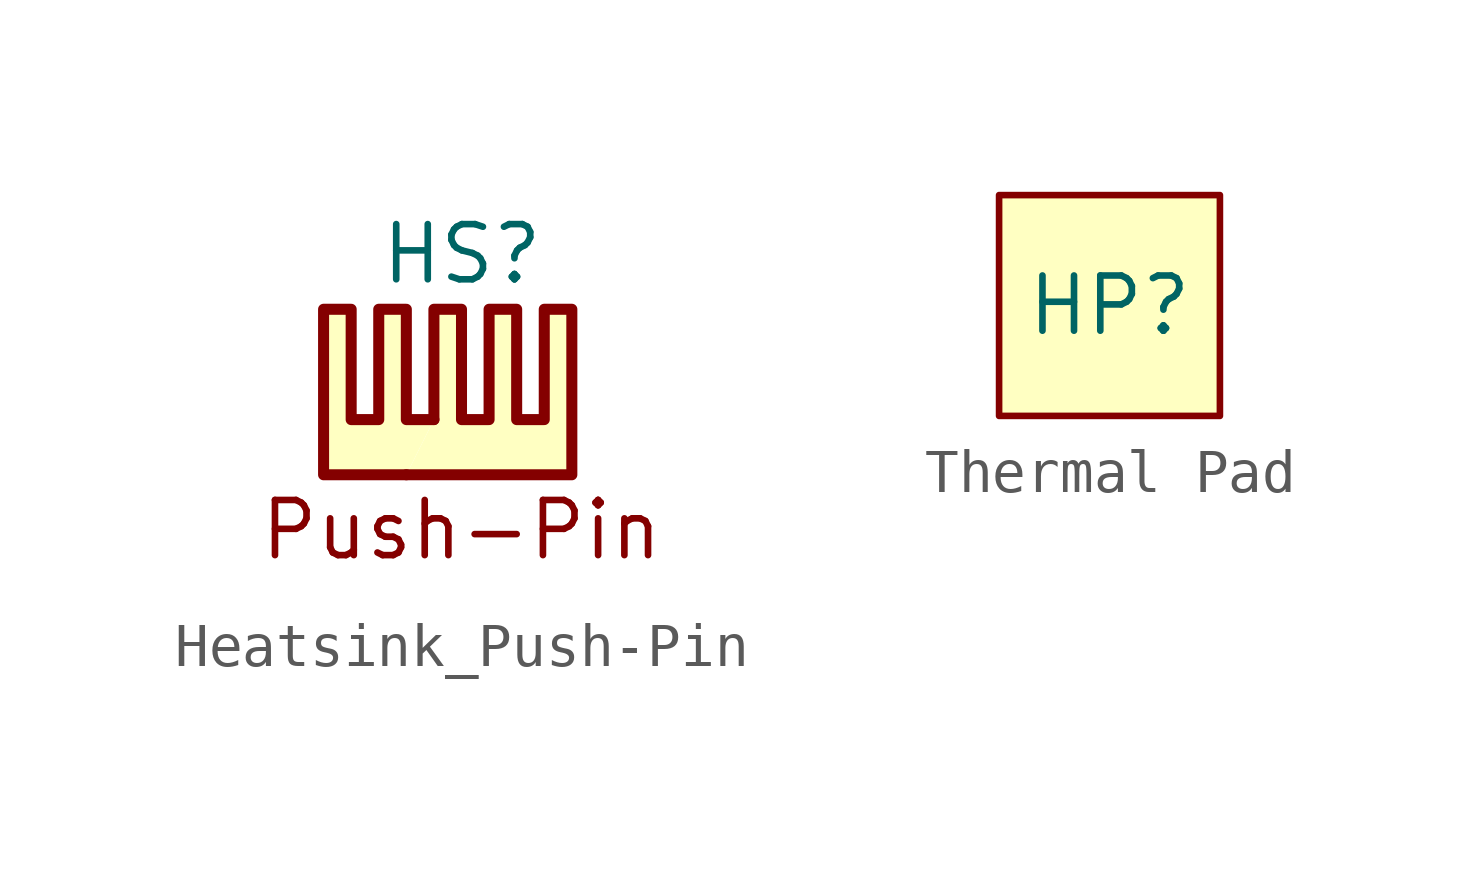
<source format=kicad_sym>
(kicad_symbol_lib
  (version 20220914)
  (generator kicad_symbol_editor)
  (symbol "Heatsink_Push-Pin"
    (property "Reference" "HS"
      (at -1.905 5.715 0)
      (effects (font (size 1.27 1.27)) (justify left)))
    (symbol "Heatsink_Push-Pin_0_1"
      (polyline (pts (xy -0.635 1.905) (xy -1.27 1.905) (xy -1.27 4.445) (xy -1.905 4.445) (xy -1.905 1.905) (xy -2.54 1.905) (xy -2.54 4.445) (xy -3.175 4.445) (xy -3.175 0.635) (xy -1.27 0.635)) (stroke (width 0.254) (type default)) (fill (type background)))
      (polyline (pts (xy -0.635 1.905) (xy -0.635 4.445) (xy 0 4.445) (xy 0 1.905) (xy 0.635 1.905) (xy 0.635 4.445) (xy 1.27 4.445) (xy 1.27 1.905) (xy 1.905 1.905) (xy 1.905 4.445) (xy 2.54 4.445) (xy 2.54 0.635) (xy -1.27 0.635)) (stroke (width 0.254) (type default)) (fill (type background))))
    (symbol "Heatsink_Push-Pin_1_1"
      (text "Push-Pin" (at 0 -0.635 0) (effects (font (size 1.27 1.27))))))
  (symbol "Thermal Pad"
    (property "Reference" "HP"
      (at 0 0 0)
      (effects (font (size 1.27 1.27))))
    (symbol "Thermal Pad_1_1"
      (rectangle (start -2.54 2.54) (end 2.54 -2.54) (stroke (width 0) (type default)) (fill (type background))))))
</source>
